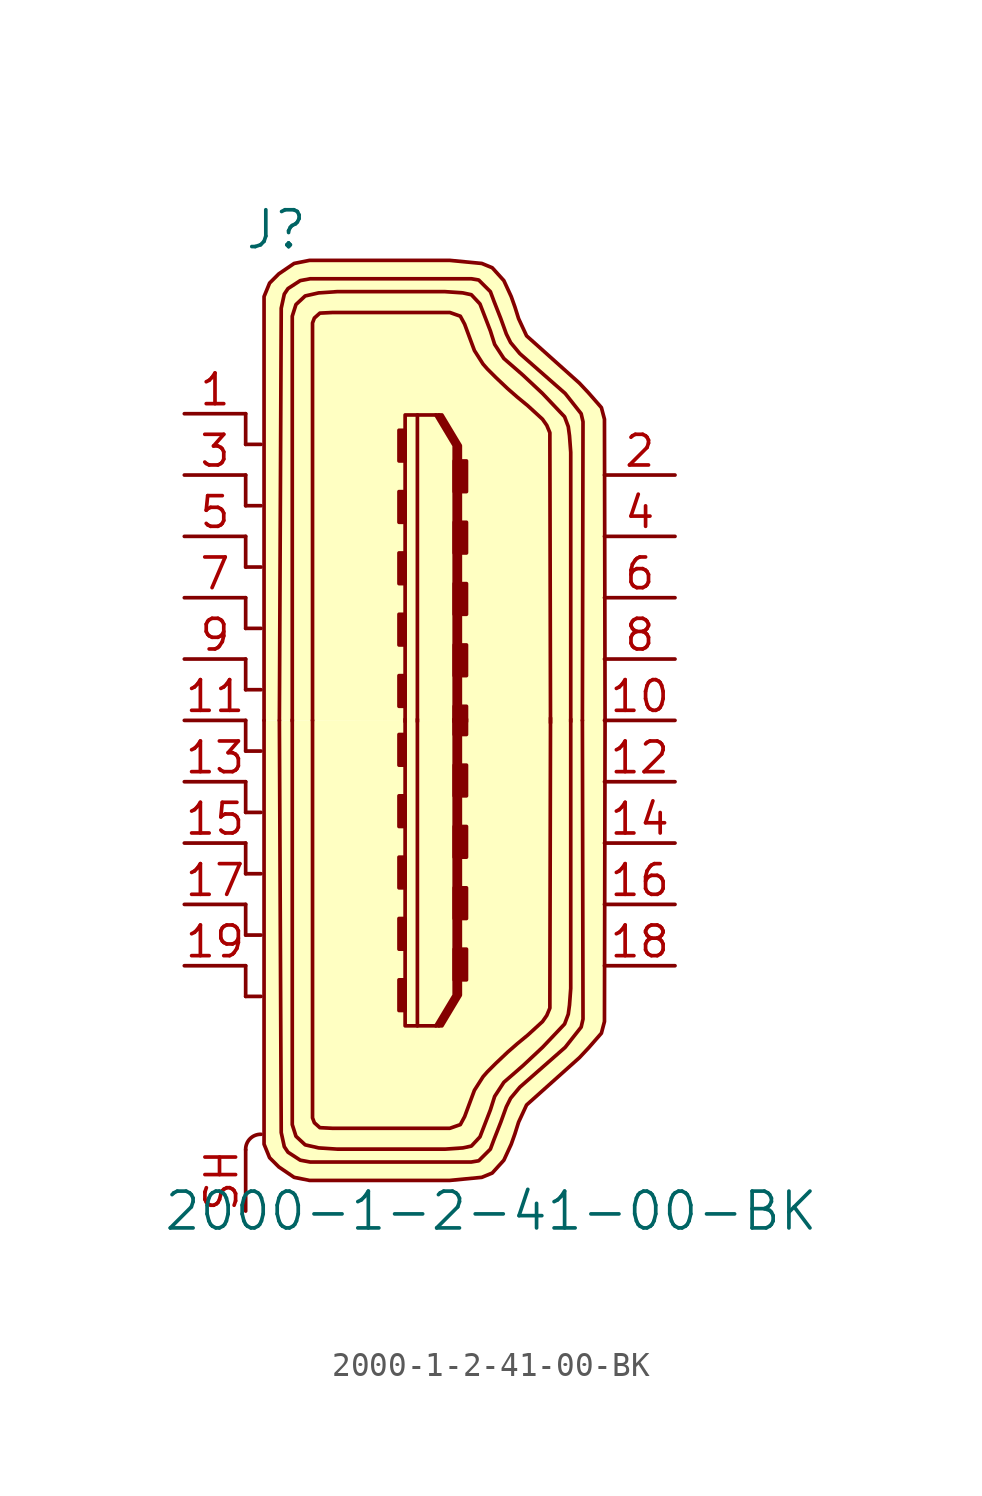
<source format=kicad_sym>
(kicad_symbol_lib
  (version 20220914)
  (generator kicad_symbol_editor)
  (symbol "2000-1-2-41-00-BK"
    (pin_names
      (offset 1.016))
    (property "Reference" "J"
      (at -6.35 20.32 0)
      (effects (font (size 1.524 1.524))))
    (property "Value" "2000-1-2-41-00-BK"
      (at 2.54 -20.32 0)
      (effects (font (size 1.524 1.524))))
    (symbol "2000-1-2-41-00-BK_0_1"
      (arc (start -6.985 -17.145) (mid -7.4425 -17.3292) (end -7.62 -17.78) (stroke (width 0) (type solid)) (fill (type none)))
      (rectangle (start -1.27 -12.014) (end -1.016 -10.744) (stroke (width 0) (type solid)) (fill (type outline)))
      (rectangle (start -1.27 -9.474) (end -1.016 -8.204) (stroke (width 0) (type solid)) (fill (type outline)))
      (rectangle (start -1.27 -6.934) (end -1.016 -5.664) (stroke (width 0) (type solid)) (fill (type outline)))
      (rectangle (start -1.27 -4.394) (end -1.016 -3.124) (stroke (width 0) (type solid)) (fill (type outline)))
      (rectangle (start -1.27 -1.854) (end -1.016 -0.584) (stroke (width 0) (type solid)) (fill (type outline)))
      (rectangle (start -1.27 1.854) (end -1.016 0.584) (stroke (width 0) (type solid)) (fill (type outline)))
      (rectangle (start -1.27 4.394) (end -1.016 3.124) (stroke (width 0) (type solid)) (fill (type outline)))
      (rectangle (start -1.27 6.934) (end -1.016 5.664) (stroke (width 0) (type solid)) (fill (type outline)))
      (rectangle (start -1.27 9.474) (end -1.016 8.204) (stroke (width 0) (type solid)) (fill (type outline)))
      (rectangle (start -1.27 12.014) (end -1.016 10.744) (stroke (width 0) (type solid)) (fill (type outline)))
      (polyline (pts (xy -7.62 -10.16) (xy -7.62 -11.43)) (stroke (width 0) (type solid)) (fill (type none)))
      (polyline (pts (xy -7.62 -7.62) (xy -7.62 -8.89)) (stroke (width 0) (type solid)) (fill (type none)))
      (polyline (pts (xy -7.62 -5.08) (xy -7.62 -6.35)) (stroke (width 0) (type solid)) (fill (type none)))
      (polyline (pts (xy -7.62 -2.54) (xy -7.62 -3.81)) (stroke (width 0) (type solid)) (fill (type none)))
      (polyline (pts (xy -7.62 0) (xy -7.62 -1.27)) (stroke (width 0) (type solid)) (fill (type none)))
      (polyline (pts (xy -7.62 2.54) (xy -7.62 1.27)) (stroke (width 0) (type solid)) (fill (type none)))
      (polyline (pts (xy -7.62 5.08) (xy -7.62 3.81)) (stroke (width 0) (type solid)) (fill (type none)))
      (polyline (pts (xy -7.62 7.62) (xy -7.62 6.35)) (stroke (width 0) (type solid)) (fill (type none)))
      (polyline (pts (xy -7.62 10.16) (xy -7.62 8.89)) (stroke (width 0) (type solid)) (fill (type none)))
      (polyline (pts (xy -7.62 12.7) (xy -7.62 11.43)) (stroke (width 0) (type solid)) (fill (type none)))
      (polyline (pts (xy -6.985 -11.43) (xy -7.62 -11.43)) (stroke (width 0) (type solid)) (fill (type none)))
      (polyline (pts (xy -6.985 -8.89) (xy -7.62 -8.89)) (stroke (width 0) (type solid)) (fill (type none)))
      (polyline (pts (xy -6.985 -6.35) (xy -7.62 -6.35)) (stroke (width 0) (type solid)) (fill (type none)))
      (polyline (pts (xy -6.985 -3.81) (xy -7.62 -3.81)) (stroke (width 0) (type solid)) (fill (type none)))
      (polyline (pts (xy -6.985 -1.27) (xy -7.62 -1.27)) (stroke (width 0) (type solid)) (fill (type none)))
      (polyline (pts (xy -6.985 1.27) (xy -7.62 1.27)) (stroke (width 0) (type solid)) (fill (type none)))
      (polyline (pts (xy -6.985 3.81) (xy -7.62 3.81)) (stroke (width 0) (type solid)) (fill (type none)))
      (polyline (pts (xy -6.985 6.35) (xy -7.62 6.35)) (stroke (width 0) (type solid)) (fill (type none)))
      (polyline (pts (xy -6.985 8.89) (xy -7.62 8.89)) (stroke (width 0) (type solid)) (fill (type none)))
      (polyline (pts (xy -6.985 11.43) (xy -7.62 11.43)) (stroke (width 0) (type solid)) (fill (type none)))
      (polyline (pts (xy -0.508 -0.051) (xy -0.508 12.649)) (stroke (width 0) (type solid)) (fill (type none)))
      (polyline (pts (xy -0.508 0.051) (xy -0.508 -12.649)) (stroke (width 0) (type solid)) (fill (type none)))
      (polyline (pts (xy 0.381 -12.649) (xy 1.143 -11.379)) (stroke (width 0) (type solid)) (fill (type none)))
      (polyline (pts (xy 0.381 12.649) (xy 1.143 11.379)) (stroke (width 0) (type solid)) (fill (type none)))
      (polyline (pts (xy 1.143 -11.379) (xy 1.143 0.051)) (stroke (width 0) (type solid)) (fill (type none)))
      (polyline (pts (xy 1.143 11.379) (xy 1.143 -0.051)) (stroke (width 0) (type solid)) (fill (type none)))
      (polyline (pts (xy 0.254 -12.649) (xy 1.016 -11.379) (xy 1.016 0.051)) (stroke (width 0) (type solid)) (fill (type none)))
      (polyline (pts (xy 0.254 12.649) (xy 1.016 11.379) (xy 1.016 -0.051)) (stroke (width 0) (type solid)) (fill (type none)))
      (polyline (pts (xy -1.016 -0.051) (xy -1.016 12.649) (xy 0.508 12.649) (xy 1.27 11.379) (xy 1.27 -0.051)) (stroke (width 0) (type solid)) (fill (type none)))
      (polyline (pts (xy -1.016 0.051) (xy -1.016 -12.649) (xy 0.508 -12.649) (xy 1.27 -11.379) (xy 1.27 0.051)) (stroke (width 0) (type solid)) (fill (type none)))
      (polyline (pts (xy -6.223 0) (xy -6.147 -17.069) (xy -6.02 -17.653) (xy -5.867 -17.882) (xy -5.359 -18.212) (xy -4.953 -18.288) (xy -3.607 -18.288) (xy 1.727 -18.288) (xy 2.032 -18.237) (xy 2.21 -18.059) (xy 2.515 -17.755) (xy 2.667 -17.348) (xy 2.946 -16.637) (xy 3.175 -16.002) (xy 3.353 -15.646) (xy 3.734 -15.189) (xy 5.613 -13.538) (xy 6.274 -12.7) (xy 6.35 -12.37) (xy 6.325 0)) (stroke (width 0) (type solid)) (fill (type none)))
      (polyline (pts (xy -6.223 0) (xy -6.147 17.069) (xy -6.02 17.653) (xy -5.867 17.882) (xy -5.359 18.212) (xy -4.953 18.288) (xy -3.607 18.288) (xy 1.727 18.288) (xy 2.032 18.237) (xy 2.21 18.059) (xy 2.515 17.755) (xy 2.667 17.348) (xy 2.946 16.637) (xy 3.175 16.002) (xy 3.353 15.646) (xy 3.734 15.189) (xy 5.613 13.538) (xy 6.274 12.7) (xy 6.35 12.37) (xy 6.325 0)) (stroke (width 0) (type solid)) (fill (type none)))
      (polyline (pts (xy 7.264 -0.025) (xy 7.239 12.471) (xy 7.112 12.954) (xy 6.579 13.564) (xy 6.198 13.97) (xy 4.013 15.926) (xy 3.683 16.637) (xy 3.531 17.12) (xy 3.378 17.551) (xy 3.073 18.212) (xy 2.591 18.745) (xy 2.159 18.923) (xy 0.838 19.05) (xy -4.978 19.05) (xy -5.613 18.923) (xy -6.248 18.491) (xy -6.629 18.11) (xy -6.858 17.551) (xy -6.858 16.231) (xy -6.858 0)) (stroke (width 0) (type solid)) (fill (type background)))
      (polyline (pts (xy 7.264 0.025) (xy 7.239 -12.471) (xy 7.112 -12.954) (xy 6.579 -13.564) (xy 6.198 -13.97) (xy 4.013 -15.926) (xy 3.683 -16.637) (xy 3.531 -17.12) (xy 3.378 -17.551) (xy 3.073 -18.212) (xy 2.591 -18.745) (xy 2.159 -18.923) (xy 0.838 -19.05) (xy -4.978 -19.05) (xy -5.613 -18.923) (xy -6.248 -18.491) (xy -6.629 -18.11) (xy -6.858 -17.551) (xy -6.858 -16.231) (xy -6.858 0)) (stroke (width 0) (type solid)) (fill (type background)))
      (polyline (pts (xy -5.69 -0.025) (xy -5.69 16.739) (xy -5.537 17.221) (xy -5.156 17.577) (xy -4.597 17.704) (xy -3.835 17.755) (xy 0.635 17.755) (xy 1.372 17.704) (xy 1.727 17.628) (xy 2.083 17.247) (xy 2.515 16.129) (xy 2.692 15.57) (xy 3.073 14.986) (xy 3.861 14.3) (xy 4.674 13.538) (xy 5.156 13.03) (xy 5.588 12.573) (xy 5.74 12.167) (xy 5.791 11.786) (xy 5.842 11.1) (xy 5.842 -0.051)) (stroke (width 0) (type solid)) (fill (type none)))
      (polyline (pts (xy -5.69 0.025) (xy -5.69 -16.739) (xy -5.537 -17.221) (xy -5.156 -17.577) (xy -4.597 -17.704) (xy -3.835 -17.755) (xy 0.635 -17.755) (xy 1.372 -17.704) (xy 1.727 -17.628) (xy 2.083 -17.247) (xy 2.515 -16.129) (xy 2.692 -15.57) (xy 3.073 -14.986) (xy 3.861 -14.3) (xy 4.674 -13.538) (xy 5.156 -13.03) (xy 5.588 -12.573) (xy 5.74 -12.167) (xy 5.791 -11.786) (xy 5.842 -11.1) (xy 5.842 0.051)) (stroke (width 0) (type solid)) (fill (type none)))
      (polyline (pts (xy -4.851 0) (xy -4.851 -16.459) (xy -4.775 -16.662) (xy -4.547 -16.866) (xy -4.039 -16.891) (xy 0.838 -16.891) (xy 1.27 -16.739) (xy 1.448 -16.408) (xy 1.702 -15.723) (xy 1.854 -15.316) (xy 2.21 -14.757) (xy 2.388 -14.554) (xy 2.591 -14.351) (xy 2.743 -14.199) (xy 3.226 -13.741) (xy 3.632 -13.386) (xy 4.064 -13.03) (xy 4.369 -12.751) (xy 4.674 -12.471) (xy 4.851 -12.217) (xy 4.978 -11.913) (xy 4.978 -11.532) (xy 5.004 0.102)) (stroke (width 0) (type solid)) (fill (type none)))
      (polyline (pts (xy -4.851 0) (xy -4.851 16.459) (xy -4.775 16.662) (xy -4.547 16.866) (xy -4.039 16.891) (xy 0.838 16.891) (xy 1.27 16.739) (xy 1.448 16.408) (xy 1.702 15.723) (xy 1.854 15.316) (xy 2.21 14.757) (xy 2.388 14.554) (xy 2.591 14.351) (xy 2.743 14.199) (xy 3.226 13.741) (xy 3.632 13.386) (xy 4.064 13.03) (xy 4.369 12.751) (xy 4.674 12.471) (xy 4.851 12.217) (xy 4.978 11.913) (xy 4.978 11.532) (xy 5.004 -0.102)) (stroke (width 0) (type solid)) (fill (type none)))
      (rectangle (start 1.016 -10.744) (end 1.524 -9.474) (stroke (width 0) (type solid)) (fill (type outline)))
      (rectangle (start 1.016 -8.204) (end 1.524 -6.934) (stroke (width 0) (type solid)) (fill (type outline)))
      (rectangle (start 1.016 -5.664) (end 1.524 -4.394) (stroke (width 0) (type solid)) (fill (type outline)))
      (rectangle (start 1.016 -3.124) (end 1.524 -1.854) (stroke (width 0) (type solid)) (fill (type outline)))
      (rectangle (start 1.016 -0.584) (end 1.524 0.051) (stroke (width 0) (type solid)) (fill (type outline)))
      (rectangle (start 1.016 0.584) (end 1.524 -0.051) (stroke (width 0) (type solid)) (fill (type outline)))
      (rectangle (start 1.016 3.124) (end 1.524 1.854) (stroke (width 0) (type solid)) (fill (type outline)))
      (rectangle (start 1.016 5.664) (end 1.524 4.394) (stroke (width 0) (type solid)) (fill (type outline)))
      (rectangle (start 1.016 8.204) (end 1.524 6.934) (stroke (width 0) (type solid)) (fill (type outline)))
      (rectangle (start 1.016 10.744) (end 1.524 9.474) (stroke (width 0) (type solid)) (fill (type outline))))
    (symbol "2000-1-2-41-00-BK_1_1"
      (pin passive line (at -10.16 12.7 0) (length 2.54) (name "~" (effects (font (size 1.27 1.27)))) (number "1" (effects (font (size 1.27 1.27)))))
      (pin passive line (at 10.16 0 180) (length 2.921) (name "~" (effects (font (size 1.27 1.27)))) (number "10" (effects (font (size 1.27 1.27)))))
      (pin passive line (at -10.16 0 0) (length 2.54) (name "~" (effects (font (size 1.27 1.27)))) (number "11" (effects (font (size 1.27 1.27)))))
      (pin passive line (at 10.16 -2.54 180) (length 2.921) (name "~" (effects (font (size 1.27 1.27)))) (number "12" (effects (font (size 1.27 1.27)))))
      (pin passive line (at -10.16 -2.54 0) (length 2.54) (name "~" (effects (font (size 1.27 1.27)))) (number "13" (effects (font (size 1.27 1.27)))))
      (pin passive line (at 10.16 -5.08 180) (length 2.921) (name "~" (effects (font (size 1.27 1.27)))) (number "14" (effects (font (size 1.27 1.27)))))
      (pin passive line (at -10.16 -5.08 0) (length 2.54) (name "~" (effects (font (size 1.27 1.27)))) (number "15" (effects (font (size 1.27 1.27)))))
      (pin passive line (at 10.16 -7.62 180) (length 2.921) (name "~" (effects (font (size 1.27 1.27)))) (number "16" (effects (font (size 1.27 1.27)))))
      (pin passive line (at -10.16 -7.62 0) (length 2.54) (name "~" (effects (font (size 1.27 1.27)))) (number "17" (effects (font (size 1.27 1.27)))))
      (pin passive line (at 10.16 -10.16 180) (length 2.921) (name "~" (effects (font (size 1.27 1.27)))) (number "18" (effects (font (size 1.27 1.27)))))
      (pin passive line (at -10.16 -10.16 0) (length 2.54) (name "~" (effects (font (size 1.27 1.27)))) (number "19" (effects (font (size 1.27 1.27)))))
      (pin passive line (at 10.16 10.16 180) (length 2.921) (name "~" (effects (font (size 1.27 1.27)))) (number "2" (effects (font (size 1.27 1.27)))))
      (pin passive line (at -10.16 10.16 0) (length 2.54) (name "~" (effects (font (size 1.27 1.27)))) (number "3" (effects (font (size 1.27 1.27)))))
      (pin passive line (at 10.16 7.62 180) (length 2.921) (name "~" (effects (font (size 1.27 1.27)))) (number "4" (effects (font (size 1.27 1.27)))))
      (pin passive line (at -10.16 7.62 0) (length 2.54) (name "~" (effects (font (size 1.27 1.27)))) (number "5" (effects (font (size 1.27 1.27)))))
      (pin passive line (at 10.16 5.08 180) (length 2.921) (name "~" (effects (font (size 1.27 1.27)))) (number "6" (effects (font (size 1.27 1.27)))))
      (pin passive line (at -10.16 5.08 0) (length 2.54) (name "~" (effects (font (size 1.27 1.27)))) (number "7" (effects (font (size 1.27 1.27)))))
      (pin passive line (at 10.16 2.54 180) (length 2.921) (name "~" (effects (font (size 1.27 1.27)))) (number "8" (effects (font (size 1.27 1.27)))))
      (pin passive line (at -10.16 2.54 0) (length 2.54) (name "~" (effects (font (size 1.27 1.27)))) (number "9" (effects (font (size 1.27 1.27)))))
      (pin passive line (at -7.62 -20.32 90) (length 2.54) (name "~" (effects (font (size 1.27 1.27)))) (number "SH" (effects (font (size 1.27 1.27))))))))
</source>
